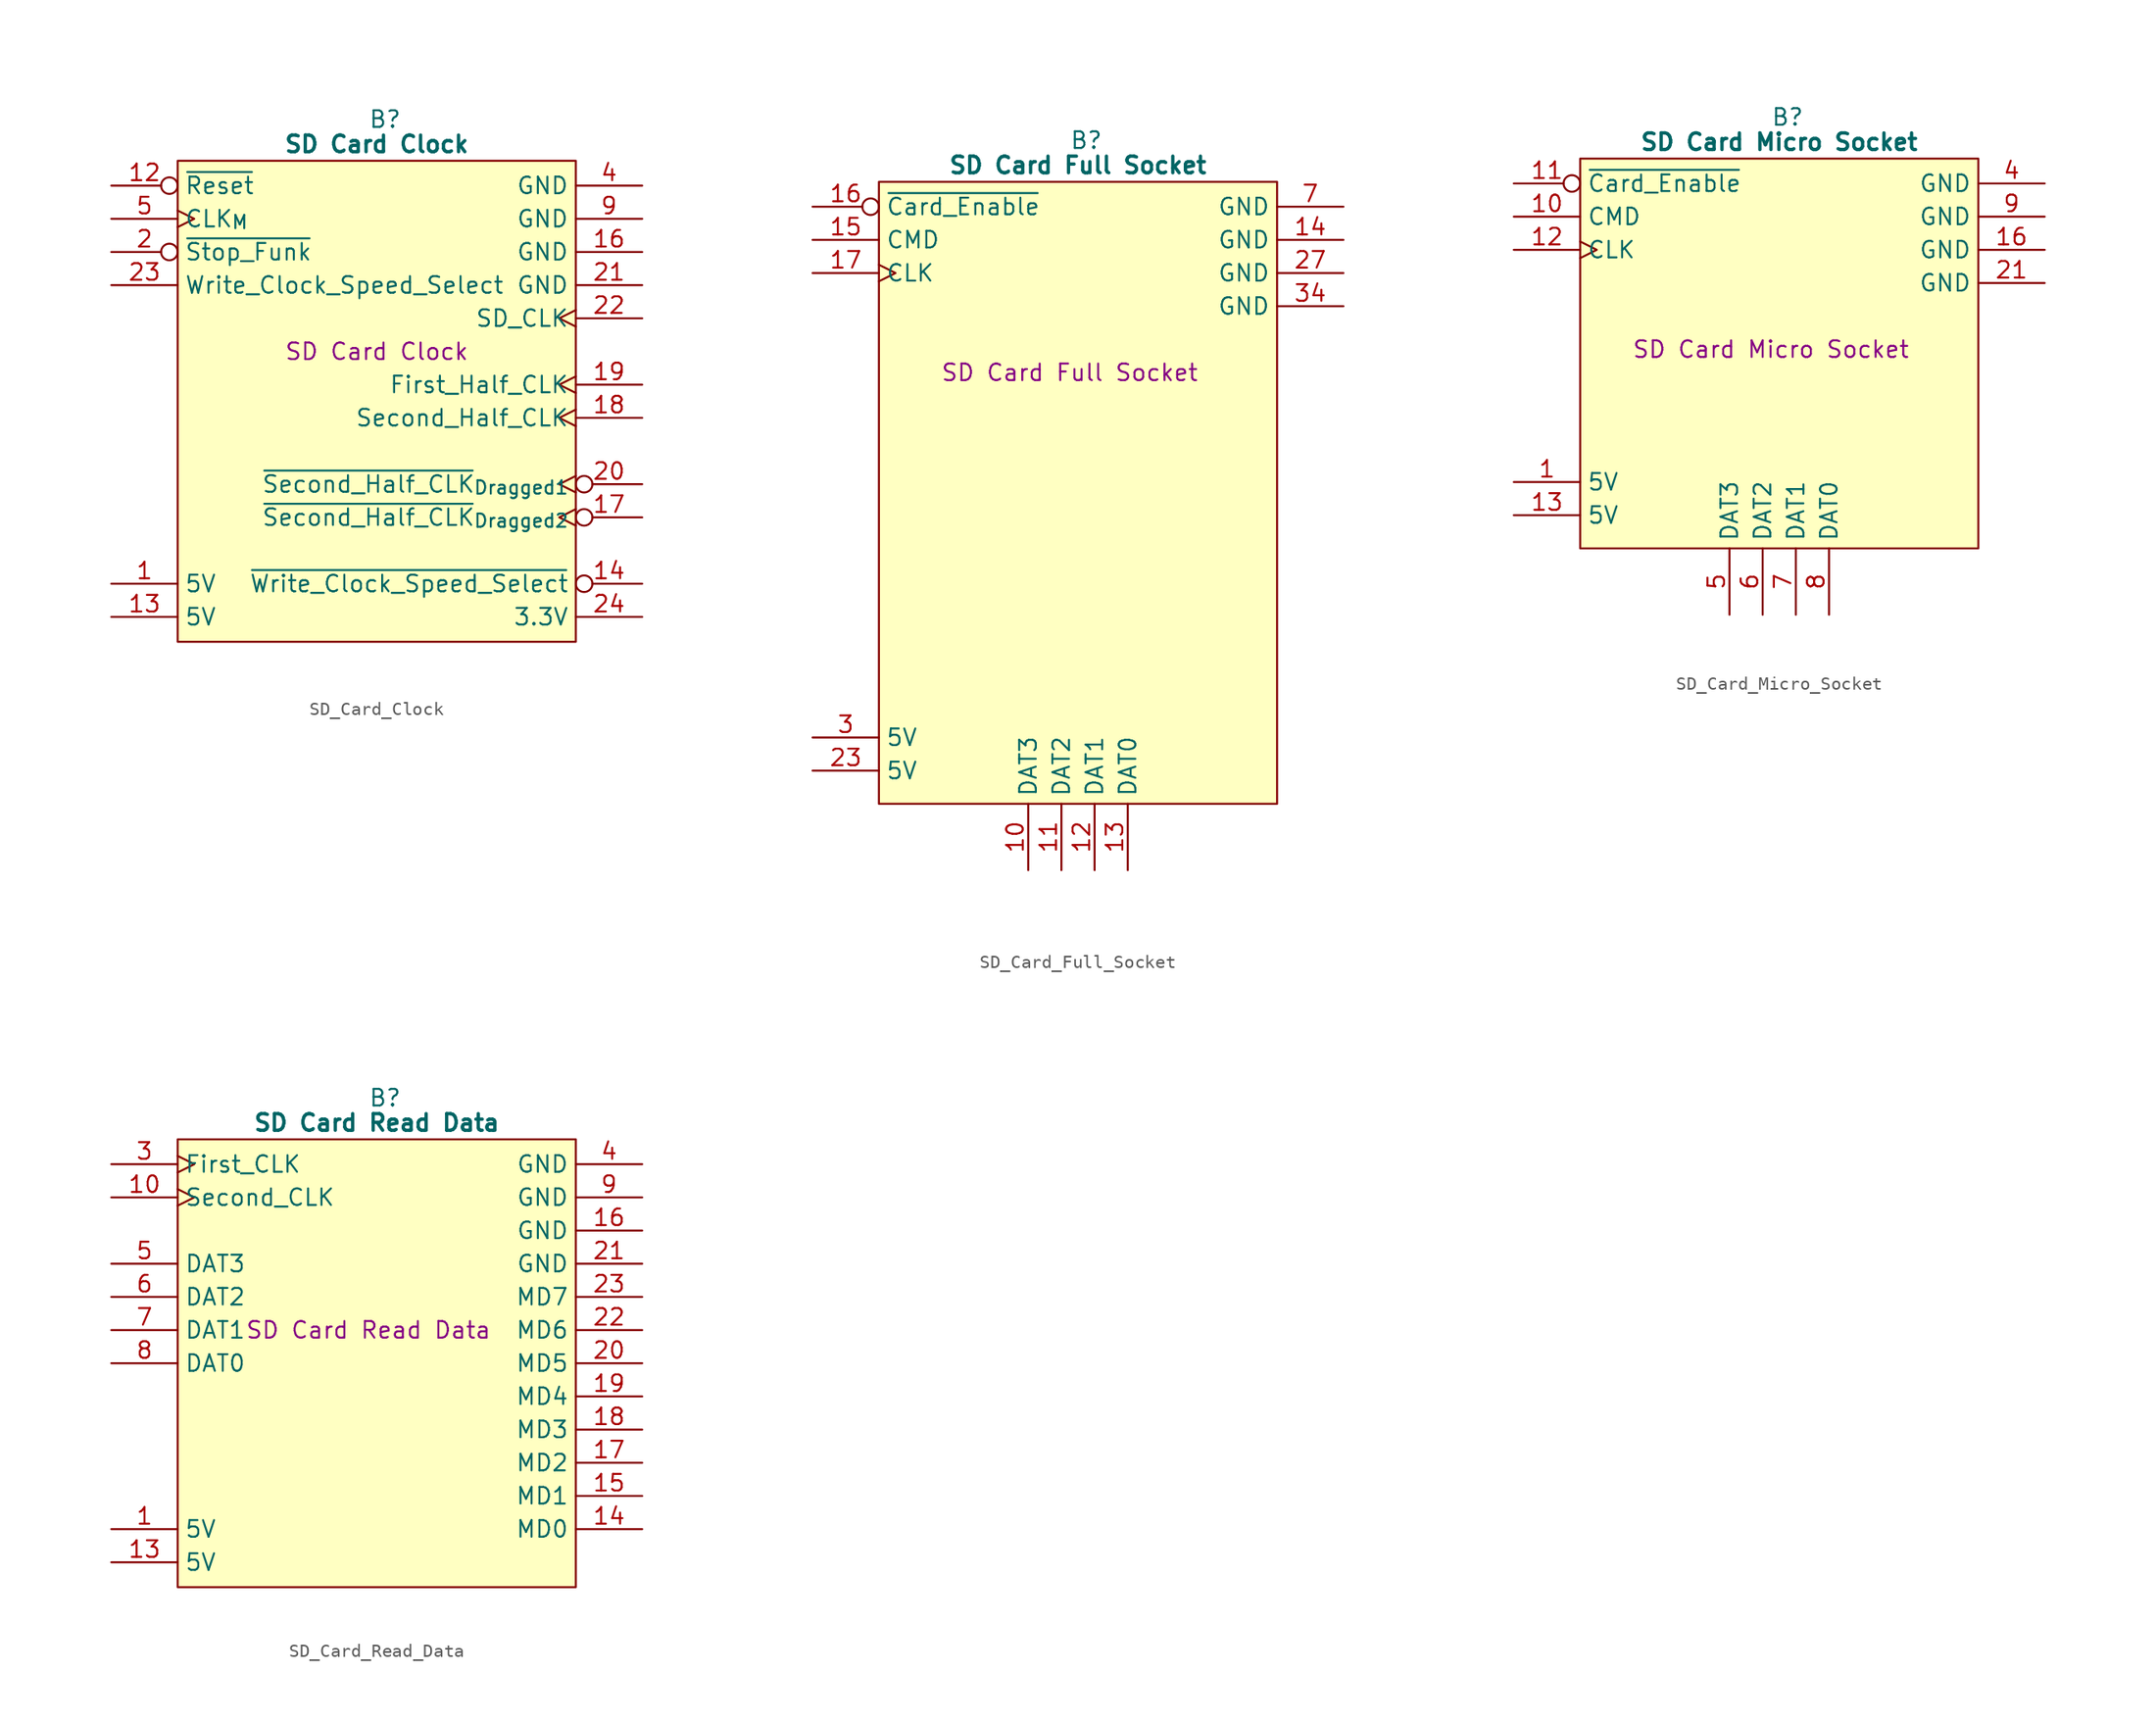
<source format=kicad_sym>
(kicad_symbol_lib
  (version 20241209)
  (generator "kicad_symbol_editor")
  (generator_version "9.0")
  (symbol "SD_Card_Clock"
    (property "Reference" "B"
      (at 15.875 5.08 0)
      (effects (font (size 1.27 1.27))))
    (property "Value" "SD Card Clock"
      (at 15.24 3.175 0)
      (effects (font (size 1.27 1.27) (bold yes))))
    (property "Description" "SD Card Clock"
      (at 15.24 -12.7 0)
      (effects (font (size 1.27 1.27))))
    (symbol "SD_Card_Clock_0_1"
      (polyline (pts (xy 0 1.905) (xy 30.48 1.905) (xy 30.48 -34.925) (xy 0 -34.925) (xy 0 1.905)) (stroke (width 0.152) (type default)) (fill (type background))))
    (symbol "SD_Card_Clock_1_1"
      (pin input inverted (at -5.08 0 0) (length 5.08) (name "~{Reset}" (effects (font (size 1.27 1.27)))) (number "12" (effects (font (size 1.27 1.27)))))
      (pin input clock (at -5.08 -2.54 0) (length 5.08) (name "CLK_{M}" (effects (font (size 1.27 1.27)))) (number "5" (effects (font (size 1.27 1.27)))))
      (pin input inverted (at -5.08 -5.08 0) (length 5.08) (name "~{Stop_Funk}" (effects (font (size 1.27 1.27)))) (number "2" (effects (font (size 1.27 1.27)))))
      (pin input line (at -5.08 -7.62 0) (length 5.08) (name "Write_Clock_Speed_Select" (effects (font (size 1.27 1.27)))) (number "23" (effects (font (size 1.27 1.27)))))
      (pin no_connect line (at -5.08 -10.16 0) (length 5.08) (hide yes) (name "N.C." (effects (font (size 1.27 1.27)))) (number "3" (effects (font (size 1.27 1.27)))))
      (pin no_connect line (at -5.08 -12.7 0) (length 5.08) (hide yes) (name "N.C." (effects (font (size 1.27 1.27)))) (number "6" (effects (font (size 1.27 1.27)))))
      (pin no_connect line (at -5.08 -15.24 0) (length 5.08) (hide yes) (name "N.C." (effects (font (size 1.27 1.27)))) (number "15" (effects (font (size 1.27 1.27)))))
      (pin no_connect line (at -5.08 -17.78 0) (length 5.08) (hide yes) (name "N.C." (effects (font (size 1.27 1.27)))) (number "7" (effects (font (size 1.27 1.27)))))
      (pin no_connect line (at -5.08 -20.32 0) (length 5.08) (hide yes) (name "N.C." (effects (font (size 1.27 1.27)))) (number "8" (effects (font (size 1.27 1.27)))))
      (pin no_connect line (at -5.08 -22.86 0) (length 5.08) (hide yes) (name "N.C." (effects (font (size 1.27 1.27)))) (number "10" (effects (font (size 1.27 1.27)))))
      (pin no_connect line (at -5.08 -25.4 0) (length 5.08) (hide yes) (name "N.C." (effects (font (size 1.27 1.27)))) (number "11" (effects (font (size 1.27 1.27)))))
      (pin passive line (at -5.08 -30.48 0) (length 5.08) (name "5V" (effects (font (size 1.27 1.27)))) (number "1" (effects (font (size 1.27 1.27)))))
      (pin passive line (at -5.08 -33.02 0) (length 5.08) (name "5V" (effects (font (size 1.27 1.27)))) (number "13" (effects (font (size 1.27 1.27)))))
      (pin passive line (at 35.56 0 180) (length 5.08) (name "GND" (effects (font (size 1.27 1.27)))) (number "4" (effects (font (size 1.27 1.27)))))
      (pin passive line (at 35.56 -2.54 180) (length 5.08) (name "GND" (effects (font (size 1.27 1.27)))) (number "9" (effects (font (size 1.27 1.27)))))
      (pin passive line (at 35.56 -5.08 180) (length 5.08) (name "GND" (effects (font (size 1.27 1.27)))) (number "16" (effects (font (size 1.27 1.27)))))
      (pin passive line (at 35.56 -7.62 180) (length 5.08) (name "GND" (effects (font (size 1.27 1.27)))) (number "21" (effects (font (size 1.27 1.27)))))
      (pin tri_state clock (at 35.56 -10.16 180) (length 5.08) (name "SD_CLK" (effects (font (size 1.27 1.27)))) (number "22" (effects (font (size 1.27 1.27)))))
      (pin output clock (at 35.56 -15.24 180) (length 5.08) (name "First_Half_CLK" (effects (font (size 1.27 1.27)))) (number "19" (effects (font (size 1.27 1.27)))))
      (pin output clock (at 35.56 -17.78 180) (length 5.08) (name "Second_Half_CLK" (effects (font (size 1.27 1.27)))) (number "18" (effects (font (size 1.27 1.27)))))
      (pin output inverted_clock (at 35.56 -22.86 180) (length 5.08) (name "~{Second_Half_CLK}_{Dragged1}" (effects (font (size 1.27 1.27)))) (number "20" (effects (font (size 1.27 1.27)))))
      (pin output inverted_clock (at 35.56 -25.4 180) (length 5.08) (name "~{Second_Half_CLK}_{Dragged2}" (effects (font (size 1.27 1.27)))) (number "17" (effects (font (size 1.27 1.27)))))
      (pin output inverted (at 35.56 -30.48 180) (length 5.08) (name "~{Write_Clock_Speed_Select}" (effects (font (size 1.27 1.27)))) (number "14" (effects (font (size 1.27 1.27)))))
      (pin passive line (at 35.56 -33.02 180) (length 5.08) (name "3.3V" (effects (font (size 1.27 1.27)))) (number "24" (effects (font (size 1.27 1.27)))))))
  (symbol "SD_Card_Full_Socket"
    (property "Reference" "B"
      (at 15.875 5.08 0)
      (effects (font (size 1.27 1.27))))
    (property "Value" "SD Card Full Socket"
      (at 15.24 3.175 0)
      (effects (font (size 1.27 1.27) (bold yes))))
    (property "Description" "SD Card Full Socket"
      (at 14.605 -12.7 0)
      (effects (font (size 1.27 1.27))))
    (symbol "SD_Card_Full_Socket_0_1"
      (polyline (pts (xy 0 1.905) (xy 30.48 1.905) (xy 30.48 -45.72) (xy 0 -45.72) (xy 0 1.905)) (stroke (width 0.152) (type default)) (fill (type background))))
    (symbol "SD_Card_Full_Socket_1_0"
      (pin no_connect line (at 35.56 -20.32 180) (length 5.08) (hide yes) (name "N.C." (effects (font (size 1.27 1.27)))) (number "32" (effects (font (size 1.27 1.27)))))
      (pin no_connect line (at 35.56 -35.56 180) (length 5.08) (hide yes) (name "N.C." (effects (font (size 1.27 1.27)))) (number "39" (effects (font (size 1.27 1.27)))))
      (pin no_connect line (at 35.56 -38.1 180) (length 5.08) (hide yes) (name "N.C." (effects (font (size 1.27 1.27)))) (number "40" (effects (font (size 1.27 1.27))))))
    (symbol "SD_Card_Full_Socket_1_1"
      (pin input inverted (at -5.08 0 0) (length 5.08) (name "~{Card_Enable}" (effects (font (size 1.27 1.27)))) (number "16" (effects (font (size 1.27 1.27)))))
      (pin input line (at -5.08 -2.54 0) (length 5.08) (name "CMD" (effects (font (size 1.27 1.27)))) (number "15" (effects (font (size 1.27 1.27)))))
      (pin input clock (at -5.08 -5.08 0) (length 5.08) (name "CLK" (effects (font (size 1.27 1.27)))) (number "17" (effects (font (size 1.27 1.27)))))
      (pin no_connect line (at -5.08 -7.62 0) (length 5.08) (hide yes) (name "N.C." (effects (font (size 1.27 1.27)))) (number "1" (effects (font (size 1.27 1.27)))))
      (pin no_connect line (at -5.08 -10.16 0) (length 5.08) (hide yes) (name "N.C." (effects (font (size 1.27 1.27)))) (number "2" (effects (font (size 1.27 1.27)))))
      (pin no_connect line (at -5.08 -12.7 0) (length 5.08) (hide yes) (name "N.C." (effects (font (size 1.27 1.27)))) (number "4" (effects (font (size 1.27 1.27)))))
      (pin no_connect line (at -5.08 -15.24 0) (length 5.08) (hide yes) (name "N.C." (effects (font (size 1.27 1.27)))) (number "5" (effects (font (size 1.27 1.27)))))
      (pin no_connect line (at -5.08 -17.78 0) (length 5.08) (hide yes) (name "N.C." (effects (font (size 1.27 1.27)))) (number "6" (effects (font (size 1.27 1.27)))))
      (pin no_connect line (at -5.08 -20.32 0) (length 5.08) (hide yes) (name "N.C." (effects (font (size 1.27 1.27)))) (number "8" (effects (font (size 1.27 1.27)))))
      (pin no_connect line (at -5.08 -22.86 0) (length 5.08) (hide yes) (name "N.C." (effects (font (size 1.27 1.27)))) (number "9" (effects (font (size 1.27 1.27)))))
      (pin no_connect line (at -5.08 -25.4 0) (length 5.08) (hide yes) (name "N.C." (effects (font (size 1.27 1.27)))) (number "18" (effects (font (size 1.27 1.27)))))
      (pin no_connect line (at -5.08 -27.94 0) (length 5.08) (hide yes) (name "N.C." (effects (font (size 1.27 1.27)))) (number "19" (effects (font (size 1.27 1.27)))))
      (pin no_connect line (at -5.08 -30.48 0) (length 5.08) (hide yes) (name "N.C." (effects (font (size 1.27 1.27)))) (number "20" (effects (font (size 1.27 1.27)))))
      (pin no_connect line (at -5.08 -33.02 0) (length 5.08) (hide yes) (name "N.C." (effects (font (size 1.27 1.27)))) (number "21" (effects (font (size 1.27 1.27)))))
      (pin no_connect line (at -5.08 -35.56 0) (length 5.08) (hide yes) (name "N.C." (effects (font (size 1.27 1.27)))) (number "22" (effects (font (size 1.27 1.27)))))
      (pin no_connect line (at -5.08 -38.1 0) (length 5.08) (hide yes) (name "N.C." (effects (font (size 1.27 1.27)))) (number "24" (effects (font (size 1.27 1.27)))))
      (pin passive line (at -5.08 -40.64 0) (length 5.08) (name "5V" (effects (font (size 1.27 1.27)))) (number "3" (effects (font (size 1.27 1.27)))))
      (pin passive line (at -5.08 -43.18 0) (length 5.08) (name "5V" (effects (font (size 1.27 1.27)))) (number "23" (effects (font (size 1.27 1.27)))))
      (pin tri_state line (at 11.43 -50.8 90) (length 5.08) (name "DAT3" (effects (font (size 1.27 1.27)))) (number "10" (effects (font (size 1.27 1.27)))))
      (pin tri_state line (at 13.97 -50.8 90) (length 5.08) (name "DAT2" (effects (font (size 1.27 1.27)))) (number "11" (effects (font (size 1.27 1.27)))))
      (pin tri_state line (at 16.51 -50.8 90) (length 5.08) (name "DAT1" (effects (font (size 1.27 1.27)))) (number "12" (effects (font (size 1.27 1.27)))))
      (pin tri_state line (at 19.05 -50.8 90) (length 5.08) (name "DAT0" (effects (font (size 1.27 1.27)))) (number "13" (effects (font (size 1.27 1.27)))))
      (pin passive line (at 35.56 0 180) (length 5.08) (name "GND" (effects (font (size 1.27 1.27)))) (number "7" (effects (font (size 1.27 1.27)))))
      (pin passive line (at 35.56 -2.54 180) (length 5.08) (name "GND" (effects (font (size 1.27 1.27)))) (number "14" (effects (font (size 1.27 1.27)))))
      (pin passive line (at 35.56 -5.08 180) (length 5.08) (name "GND" (effects (font (size 1.27 1.27)))) (number "27" (effects (font (size 1.27 1.27)))))
      (pin passive line (at 35.56 -7.62 180) (length 5.08) (name "GND" (effects (font (size 1.27 1.27)))) (number "34" (effects (font (size 1.27 1.27)))))
      (pin no_connect line (at 35.56 -10.16 180) (length 5.08) (hide yes) (name "N.C." (effects (font (size 1.27 1.27)))) (number "28" (effects (font (size 1.27 1.27)))))
      (pin no_connect line (at 35.56 -12.7 180) (length 5.08) (hide yes) (name "N.C." (effects (font (size 1.27 1.27)))) (number "29" (effects (font (size 1.27 1.27)))))
      (pin no_connect line (at 35.56 -15.24 180) (length 5.08) (hide yes) (name "N.C." (effects (font (size 1.27 1.27)))) (number "30" (effects (font (size 1.27 1.27)))))
      (pin no_connect line (at 35.56 -17.78 180) (length 5.08) (hide yes) (name "N.C." (effects (font (size 1.27 1.27)))) (number "31" (effects (font (size 1.27 1.27)))))
      (pin no_connect line (at 35.56 -22.86 180) (length 5.08) (hide yes) (name "N.C." (effects (font (size 1.27 1.27)))) (number "33" (effects (font (size 1.27 1.27)))))
      (pin no_connect line (at 35.56 -25.4 180) (length 5.08) (hide yes) (name "N.C." (effects (font (size 1.27 1.27)))) (number "35" (effects (font (size 1.27 1.27)))))
      (pin no_connect line (at 35.56 -27.94 180) (length 5.08) (hide yes) (name "N.C." (effects (font (size 1.27 1.27)))) (number "36" (effects (font (size 1.27 1.27)))))
      (pin no_connect line (at 35.56 -30.48 180) (length 5.08) (hide yes) (name "N.C." (effects (font (size 1.27 1.27)))) (number "37" (effects (font (size 1.27 1.27)))))
      (pin no_connect line (at 35.56 -33.02 180) (length 5.08) (hide yes) (name "N.C." (effects (font (size 1.27 1.27)))) (number "38" (effects (font (size 1.27 1.27)))))
      (pin no_connect line (at 35.56 -40.64 180) (length 5.08) (hide yes) (name "N.C." (effects (font (size 1.27 1.27)))) (number "25" (effects (font (size 1.27 1.27)))))
      (pin no_connect line (at 35.56 -43.18 180) (length 5.08) (hide yes) (name "N.C." (effects (font (size 1.27 1.27)))) (number "26" (effects (font (size 1.27 1.27)))))))
  (symbol "SD_Card_Micro_Socket"
    (property "Reference" "B"
      (at 15.875 5.08 0)
      (effects (font (size 1.27 1.27))))
    (property "Value" "SD Card Micro Socket"
      (at 15.24 3.175 0)
      (effects (font (size 1.27 1.27) (bold yes))))
    (property "Description" "SD Card Micro Socket"
      (at 14.605 -12.7 0)
      (effects (font (size 1.27 1.27))))
    (symbol "SD_Card_Micro_Socket_0_1"
      (polyline (pts (xy 0 1.905) (xy 30.48 1.905) (xy 30.48 -27.94) (xy 0 -27.94) (xy 0 1.905)) (stroke (width 0.152) (type default)) (fill (type background))))
    (symbol "SD_Card_Micro_Socket_1_1"
      (pin input inverted (at -5.08 0 0) (length 5.08) (name "~{Card_Enable}" (effects (font (size 1.27 1.27)))) (number "11" (effects (font (size 1.27 1.27)))))
      (pin input line (at -5.08 -2.54 0) (length 5.08) (name "CMD" (effects (font (size 1.27 1.27)))) (number "10" (effects (font (size 1.27 1.27)))))
      (pin input clock (at -5.08 -5.08 0) (length 5.08) (name "CLK" (effects (font (size 1.27 1.27)))) (number "12" (effects (font (size 1.27 1.27)))))
      (pin no_connect line (at -5.08 -7.62 0) (length 5.08) (hide yes) (name "N.C." (effects (font (size 1.27 1.27)))) (number "2" (effects (font (size 1.27 1.27)))))
      (pin no_connect line (at -5.08 -10.16 0) (length 5.08) (hide yes) (name "N.C." (effects (font (size 1.27 1.27)))) (number "3" (effects (font (size 1.27 1.27)))))
      (pin no_connect line (at -5.08 -12.7 0) (length 5.08) (hide yes) (name "N.C." (effects (font (size 1.27 1.27)))) (number "14" (effects (font (size 1.27 1.27)))))
      (pin no_connect line (at -5.08 -15.24 0) (length 5.08) (hide yes) (name "N.C." (effects (font (size 1.27 1.27)))) (number "15" (effects (font (size 1.27 1.27)))))
      (pin no_connect line (at -5.08 -17.78 0) (length 5.08) (hide yes) (name "N.C." (effects (font (size 1.27 1.27)))) (number "17" (effects (font (size 1.27 1.27)))))
      (pin no_connect line (at -5.08 -20.32 0) (length 5.08) (hide yes) (name "N.C." (effects (font (size 1.27 1.27)))) (number "18" (effects (font (size 1.27 1.27)))))
      (pin passive line (at -5.08 -22.86 0) (length 5.08) (name "5V" (effects (font (size 1.27 1.27)))) (number "1" (effects (font (size 1.27 1.27)))))
      (pin passive line (at -5.08 -25.4 0) (length 5.08) (name "5V" (effects (font (size 1.27 1.27)))) (number "13" (effects (font (size 1.27 1.27)))))
      (pin tri_state line (at 11.43 -33.02 90) (length 5.08) (name "DAT3" (effects (font (size 1.27 1.27)))) (number "5" (effects (font (size 1.27 1.27)))))
      (pin tri_state line (at 13.97 -33.02 90) (length 5.08) (name "DAT2" (effects (font (size 1.27 1.27)))) (number "6" (effects (font (size 1.27 1.27)))))
      (pin tri_state line (at 16.51 -33.02 90) (length 5.08) (name "DAT1" (effects (font (size 1.27 1.27)))) (number "7" (effects (font (size 1.27 1.27)))))
      (pin tri_state line (at 19.05 -33.02 90) (length 5.08) (name "DAT0" (effects (font (size 1.27 1.27)))) (number "8" (effects (font (size 1.27 1.27)))))
      (pin passive line (at 35.56 0 180) (length 5.08) (name "GND" (effects (font (size 1.27 1.27)))) (number "4" (effects (font (size 1.27 1.27)))))
      (pin passive line (at 35.56 -2.54 180) (length 5.08) (name "GND" (effects (font (size 1.27 1.27)))) (number "9" (effects (font (size 1.27 1.27)))))
      (pin passive line (at 35.56 -5.08 180) (length 5.08) (name "GND" (effects (font (size 1.27 1.27)))) (number "16" (effects (font (size 1.27 1.27)))))
      (pin passive line (at 35.56 -7.62 180) (length 5.08) (name "GND" (effects (font (size 1.27 1.27)))) (number "21" (effects (font (size 1.27 1.27)))))
      (pin no_connect line (at 35.56 -10.16 180) (length 5.08) (hide yes) (name "N.C." (effects (font (size 1.27 1.27)))) (number "19" (effects (font (size 1.27 1.27)))))
      (pin no_connect line (at 35.56 -12.7 180) (length 5.08) (hide yes) (name "N.C." (effects (font (size 1.27 1.27)))) (number "20" (effects (font (size 1.27 1.27)))))
      (pin no_connect line (at 35.56 -15.24 180) (length 5.08) (hide yes) (name "N.C." (effects (font (size 1.27 1.27)))) (number "22" (effects (font (size 1.27 1.27)))))
      (pin no_connect line (at 35.56 -17.78 180) (length 5.08) (hide yes) (name "N.C." (effects (font (size 1.27 1.27)))) (number "23" (effects (font (size 1.27 1.27)))))
      (pin no_connect line (at 35.56 -20.32 180) (length 5.08) (hide yes) (name "N.C." (effects (font (size 1.27 1.27)))) (number "24" (effects (font (size 1.27 1.27)))))))
  (symbol "SD_Card_Read_Data"
    (property "Reference" "B"
      (at 15.875 5.08 0)
      (effects (font (size 1.27 1.27))))
    (property "Value" "SD Card Read Data"
      (at 15.24 3.175 0)
      (effects (font (size 1.27 1.27) (bold yes))))
    (property "Description" "SD Card Read Data"
      (at 14.605 -12.7 0)
      (effects (font (size 1.27 1.27))))
    (symbol "SD_Card_Read_Data_0_1"
      (polyline (pts (xy 0 1.905) (xy 30.48 1.905) (xy 30.48 -32.385) (xy 0 -32.385) (xy 0 1.905)) (stroke (width 0.152) (type default)) (fill (type background))))
    (symbol "SD_Card_Read_Data_1_1"
      (pin input clock (at -5.08 0 0) (length 5.08) (name "First_CLK" (effects (font (size 1.27 1.27)))) (number "3" (effects (font (size 1.27 1.27)))))
      (pin input clock (at -5.08 -2.54 0) (length 5.08) (name "Second_CLK" (effects (font (size 1.27 1.27)))) (number "10" (effects (font (size 1.27 1.27)))))
      (pin tri_state line (at -5.08 -7.62 0) (length 5.08) (name "DAT3" (effects (font (size 1.27 1.27)))) (number "5" (effects (font (size 1.27 1.27)))))
      (pin tri_state line (at -5.08 -10.16 0) (length 5.08) (name "DAT2" (effects (font (size 1.27 1.27)))) (number "6" (effects (font (size 1.27 1.27)))))
      (pin tri_state line (at -5.08 -12.7 0) (length 5.08) (name "DAT1" (effects (font (size 1.27 1.27)))) (number "7" (effects (font (size 1.27 1.27)))))
      (pin tri_state line (at -5.08 -15.24 0) (length 5.08) (name "DAT0" (effects (font (size 1.27 1.27)))) (number "8" (effects (font (size 1.27 1.27)))))
      (pin no_connect line (at -5.08 -17.78 0) (length 5.08) (hide yes) (name "N.C." (effects (font (size 1.27 1.27)))) (number "2" (effects (font (size 1.27 1.27)))))
      (pin no_connect line (at -5.08 -20.32 0) (length 5.08) (hide yes) (name "N.C." (effects (font (size 1.27 1.27)))) (number "11" (effects (font (size 1.27 1.27)))))
      (pin no_connect line (at -5.08 -22.86 0) (length 5.08) (hide yes) (name "N.C." (effects (font (size 1.27 1.27)))) (number "12" (effects (font (size 1.27 1.27)))))
      (pin no_connect line (at -5.08 -25.4 0) (length 5.08) (hide yes) (name "N.C." (effects (font (size 1.27 1.27)))) (number "24" (effects (font (size 1.27 1.27)))))
      (pin passive line (at -5.08 -27.94 0) (length 5.08) (name "5V" (effects (font (size 1.27 1.27)))) (number "1" (effects (font (size 1.27 1.27)))))
      (pin passive line (at -5.08 -30.48 0) (length 5.08) (name "5V" (effects (font (size 1.27 1.27)))) (number "13" (effects (font (size 1.27 1.27)))))
      (pin passive line (at 35.56 0 180) (length 5.08) (name "GND" (effects (font (size 1.27 1.27)))) (number "4" (effects (font (size 1.27 1.27)))))
      (pin passive line (at 35.56 -2.54 180) (length 5.08) (name "GND" (effects (font (size 1.27 1.27)))) (number "9" (effects (font (size 1.27 1.27)))))
      (pin passive line (at 35.56 -5.08 180) (length 5.08) (name "GND" (effects (font (size 1.27 1.27)))) (number "16" (effects (font (size 1.27 1.27)))))
      (pin passive line (at 35.56 -7.62 180) (length 5.08) (name "GND" (effects (font (size 1.27 1.27)))) (number "21" (effects (font (size 1.27 1.27)))))
      (pin tri_state line (at 35.56 -10.16 180) (length 5.08) (name "MD7" (effects (font (size 1.27 1.27)))) (number "23" (effects (font (size 1.27 1.27)))))
      (pin tri_state line (at 35.56 -12.7 180) (length 5.08) (name "MD6" (effects (font (size 1.27 1.27)))) (number "22" (effects (font (size 1.27 1.27)))))
      (pin tri_state line (at 35.56 -15.24 180) (length 5.08) (name "MD5" (effects (font (size 1.27 1.27)))) (number "20" (effects (font (size 1.27 1.27)))))
      (pin tri_state line (at 35.56 -17.78 180) (length 5.08) (name "MD4" (effects (font (size 1.27 1.27)))) (number "19" (effects (font (size 1.27 1.27)))))
      (pin tri_state line (at 35.56 -20.32 180) (length 5.08) (name "MD3" (effects (font (size 1.27 1.27)))) (number "18" (effects (font (size 1.27 1.27)))))
      (pin tri_state line (at 35.56 -22.86 180) (length 5.08) (name "MD2" (effects (font (size 1.27 1.27)))) (number "17" (effects (font (size 1.27 1.27)))))
      (pin tri_state line (at 35.56 -25.4 180) (length 5.08) (name "MD1" (effects (font (size 1.27 1.27)))) (number "15" (effects (font (size 1.27 1.27)))))
      (pin tri_state line (at 35.56 -27.94 180) (length 5.08) (name "MD0" (effects (font (size 1.27 1.27)))) (number "14" (effects (font (size 1.27 1.27))))))))
</source>
